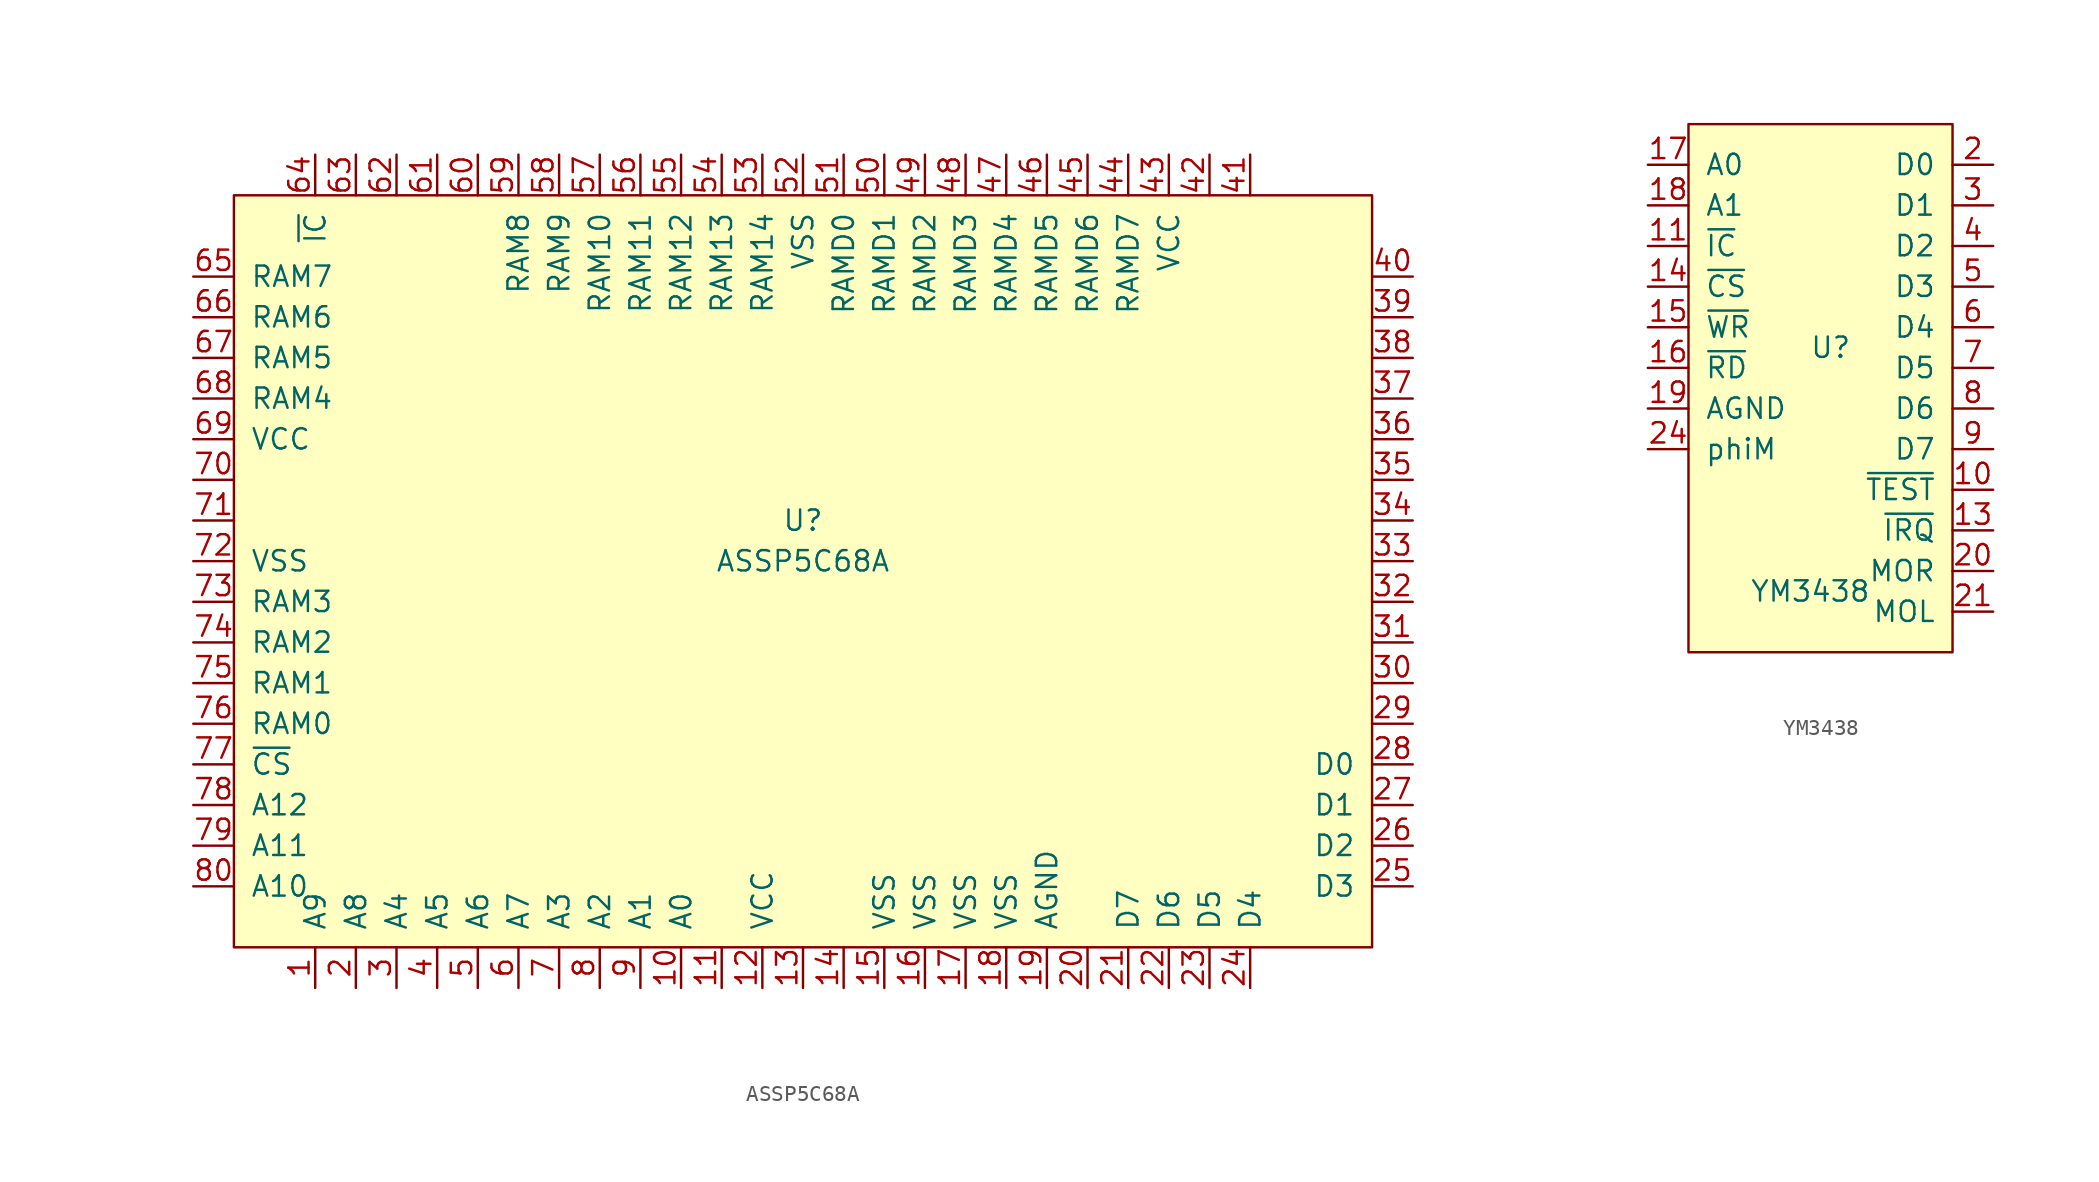
<source format=kicad_sym>
(kicad_symbol_lib
  (version 20211014)
  (generator kicad_symbol_editor)
  (symbol "ASSP5C68A"
    (pin_names
      (offset 1.016))
    (property "Reference" "U"
      (at 1.27 2.54 0)
      (effects (font (size 1.27 1.27))))
    (property "Value" "ASSP5C68A"
      (at 1.27 0 0)
      (effects (font (size 1.27 1.27))))
    (symbol "ASSP5C68A_0_1"
      (rectangle (start 36.83 -24.13) (end -34.29 22.86) (stroke (width 0) (type default) (color 0 0 0 0)) (fill (type background))))
    (symbol "ASSP5C68A_1_1"
      (pin input line (at -29.21 -26.67 90) (length 2.54) (name "A9" (effects (font (size 1.27 1.27)))) (number "1" (effects (font (size 1.27 1.27)))))
      (pin output line (at -6.35 -26.67 90) (length 2.54) (name "A0" (effects (font (size 1.27 1.27)))) (number "10" (effects (font (size 1.27 1.27)))))
      (pin output line (at -3.81 -26.67 90) (length 2.54) (name "~" (effects (font (size 1.27 1.27)))) (number "11" (effects (font (size 1.27 1.27)))))
      (pin power_in line (at -1.27 -26.67 90) (length 2.54) (name "VCC" (effects (font (size 1.27 1.27)))) (number "12" (effects (font (size 1.27 1.27)))))
      (pin input line (at 1.27 -26.67 90) (length 2.54) (name "~" (effects (font (size 1.27 1.27)))) (number "13" (effects (font (size 1.27 1.27)))))
      (pin input line (at 3.81 -26.67 90) (length 2.54) (name "~" (effects (font (size 1.27 1.27)))) (number "14" (effects (font (size 1.27 1.27)))))
      (pin power_in line (at 6.35 -26.67 90) (length 2.54) (name "VSS" (effects (font (size 1.27 1.27)))) (number "15" (effects (font (size 1.27 1.27)))))
      (pin power_in line (at 8.89 -26.67 90) (length 2.54) (name "VSS" (effects (font (size 1.27 1.27)))) (number "16" (effects (font (size 1.27 1.27)))))
      (pin power_in line (at 11.43 -26.67 90) (length 2.54) (name "VSS" (effects (font (size 1.27 1.27)))) (number "17" (effects (font (size 1.27 1.27)))))
      (pin power_in line (at 13.97 -26.67 90) (length 2.54) (name "VSS" (effects (font (size 1.27 1.27)))) (number "18" (effects (font (size 1.27 1.27)))))
      (pin input line (at 16.51 -26.67 90) (length 2.54) (name "AGND" (effects (font (size 1.27 1.27)))) (number "19" (effects (font (size 1.27 1.27)))))
      (pin input line (at -26.67 -26.67 90) (length 2.54) (name "A8" (effects (font (size 1.27 1.27)))) (number "2" (effects (font (size 1.27 1.27)))))
      (pin input line (at 19.05 -26.67 90) (length 2.54) (name "~" (effects (font (size 1.27 1.27)))) (number "20" (effects (font (size 1.27 1.27)))))
      (pin input line (at 21.59 -26.67 90) (length 2.54) (name "D7" (effects (font (size 1.27 1.27)))) (number "21" (effects (font (size 1.27 1.27)))))
      (pin input line (at 24.13 -26.67 90) (length 2.54) (name "D6" (effects (font (size 1.27 1.27)))) (number "22" (effects (font (size 1.27 1.27)))))
      (pin input line (at 26.67 -26.67 90) (length 2.54) (name "D5" (effects (font (size 1.27 1.27)))) (number "23" (effects (font (size 1.27 1.27)))))
      (pin input line (at 29.21 -26.67 90) (length 2.54) (name "D4" (effects (font (size 1.27 1.27)))) (number "24" (effects (font (size 1.27 1.27)))))
      (pin input line (at 39.37 -20.32 180) (length 2.54) (name "D3" (effects (font (size 1.27 1.27)))) (number "25" (effects (font (size 1.27 1.27)))))
      (pin input line (at 39.37 -17.78 180) (length 2.54) (name "D2" (effects (font (size 1.27 1.27)))) (number "26" (effects (font (size 1.27 1.27)))))
      (pin input line (at 39.37 -15.24 180) (length 2.54) (name "D1" (effects (font (size 1.27 1.27)))) (number "27" (effects (font (size 1.27 1.27)))))
      (pin input line (at 39.37 -12.7 180) (length 2.54) (name "D0" (effects (font (size 1.27 1.27)))) (number "28" (effects (font (size 1.27 1.27)))))
      (pin input line (at 39.37 -10.16 180) (length 2.54) (name "~" (effects (font (size 1.27 1.27)))) (number "29" (effects (font (size 1.27 1.27)))))
      (pin input line (at -24.13 -26.67 90) (length 2.54) (name "A4" (effects (font (size 1.27 1.27)))) (number "3" (effects (font (size 1.27 1.27)))))
      (pin input line (at 39.37 -7.62 180) (length 2.54) (name "~" (effects (font (size 1.27 1.27)))) (number "30" (effects (font (size 1.27 1.27)))))
      (pin input line (at 39.37 -5.08 180) (length 2.54) (name "~" (effects (font (size 1.27 1.27)))) (number "31" (effects (font (size 1.27 1.27)))))
      (pin input line (at 39.37 -2.54 180) (length 2.54) (name "~" (effects (font (size 1.27 1.27)))) (number "32" (effects (font (size 1.27 1.27)))))
      (pin input line (at 39.37 0 180) (length 2.54) (name "~" (effects (font (size 1.27 1.27)))) (number "33" (effects (font (size 1.27 1.27)))))
      (pin input line (at 39.37 2.54 180) (length 2.54) (name "~" (effects (font (size 1.27 1.27)))) (number "34" (effects (font (size 1.27 1.27)))))
      (pin input line (at 39.37 5.08 180) (length 2.54) (name "~" (effects (font (size 1.27 1.27)))) (number "35" (effects (font (size 1.27 1.27)))))
      (pin input line (at 39.37 7.62 180) (length 2.54) (name "~" (effects (font (size 1.27 1.27)))) (number "36" (effects (font (size 1.27 1.27)))))
      (pin input line (at 39.37 10.16 180) (length 2.54) (name "~" (effects (font (size 1.27 1.27)))) (number "37" (effects (font (size 1.27 1.27)))))
      (pin input line (at 39.37 12.7 180) (length 2.54) (name "~" (effects (font (size 1.27 1.27)))) (number "38" (effects (font (size 1.27 1.27)))))
      (pin input line (at 39.37 15.24 180) (length 2.54) (name "~" (effects (font (size 1.27 1.27)))) (number "39" (effects (font (size 1.27 1.27)))))
      (pin input line (at -21.59 -26.67 90) (length 2.54) (name "A5" (effects (font (size 1.27 1.27)))) (number "4" (effects (font (size 1.27 1.27)))))
      (pin input line (at 39.37 17.78 180) (length 2.54) (name "~" (effects (font (size 1.27 1.27)))) (number "40" (effects (font (size 1.27 1.27)))))
      (pin output line (at 29.21 25.4 270) (length 2.54) (name "~" (effects (font (size 1.27 1.27)))) (number "41" (effects (font (size 1.27 1.27)))))
      (pin output line (at 26.67 25.4 270) (length 2.54) (name "~" (effects (font (size 1.27 1.27)))) (number "42" (effects (font (size 1.27 1.27)))))
      (pin power_in line (at 24.13 25.4 270) (length 2.54) (name "VCC" (effects (font (size 1.27 1.27)))) (number "43" (effects (font (size 1.27 1.27)))))
      (pin input line (at 21.59 25.4 270) (length 2.54) (name "RAMD7" (effects (font (size 1.27 1.27)))) (number "44" (effects (font (size 1.27 1.27)))))
      (pin input line (at 19.05 25.4 270) (length 2.54) (name "RAMD6" (effects (font (size 1.27 1.27)))) (number "45" (effects (font (size 1.27 1.27)))))
      (pin input line (at 16.51 25.4 270) (length 2.54) (name "RAMD5" (effects (font (size 1.27 1.27)))) (number "46" (effects (font (size 1.27 1.27)))))
      (pin input line (at 13.97 25.4 270) (length 2.54) (name "RAMD4" (effects (font (size 1.27 1.27)))) (number "47" (effects (font (size 1.27 1.27)))))
      (pin input line (at 11.43 25.4 270) (length 2.54) (name "RAMD3" (effects (font (size 1.27 1.27)))) (number "48" (effects (font (size 1.27 1.27)))))
      (pin input line (at 8.89 25.4 270) (length 2.54) (name "RAMD2" (effects (font (size 1.27 1.27)))) (number "49" (effects (font (size 1.27 1.27)))))
      (pin input line (at -19.05 -26.67 90) (length 2.54) (name "A6" (effects (font (size 1.27 1.27)))) (number "5" (effects (font (size 1.27 1.27)))))
      (pin input line (at 6.35 25.4 270) (length 2.54) (name "RAMD1" (effects (font (size 1.27 1.27)))) (number "50" (effects (font (size 1.27 1.27)))))
      (pin input line (at 3.81 25.4 270) (length 2.54) (name "RAMD0" (effects (font (size 1.27 1.27)))) (number "51" (effects (font (size 1.27 1.27)))))
      (pin power_in line (at 1.27 25.4 270) (length 2.54) (name "VSS" (effects (font (size 1.27 1.27)))) (number "52" (effects (font (size 1.27 1.27)))))
      (pin output line (at -1.27 25.4 270) (length 2.54) (name "RAM14" (effects (font (size 1.27 1.27)))) (number "53" (effects (font (size 1.27 1.27)))))
      (pin output line (at -3.81 25.4 270) (length 2.54) (name "RAM13" (effects (font (size 1.27 1.27)))) (number "54" (effects (font (size 1.27 1.27)))))
      (pin output line (at -6.35 25.4 270) (length 2.54) (name "RAM12" (effects (font (size 1.27 1.27)))) (number "55" (effects (font (size 1.27 1.27)))))
      (pin output line (at -8.89 25.4 270) (length 2.54) (name "RAM11" (effects (font (size 1.27 1.27)))) (number "56" (effects (font (size 1.27 1.27)))))
      (pin output line (at -11.43 25.4 270) (length 2.54) (name "RAM10" (effects (font (size 1.27 1.27)))) (number "57" (effects (font (size 1.27 1.27)))))
      (pin output line (at -13.97 25.4 270) (length 2.54) (name "RAM9" (effects (font (size 1.27 1.27)))) (number "58" (effects (font (size 1.27 1.27)))))
      (pin output line (at -16.51 25.4 270) (length 2.54) (name "RAM8" (effects (font (size 1.27 1.27)))) (number "59" (effects (font (size 1.27 1.27)))))
      (pin input line (at -16.51 -26.67 90) (length 2.54) (name "A7" (effects (font (size 1.27 1.27)))) (number "6" (effects (font (size 1.27 1.27)))))
      (pin output line (at -19.05 25.4 270) (length 2.54) (name "~" (effects (font (size 1.27 1.27)))) (number "60" (effects (font (size 1.27 1.27)))))
      (pin output line (at -21.59 25.4 270) (length 2.54) (name "~" (effects (font (size 1.27 1.27)))) (number "61" (effects (font (size 1.27 1.27)))))
      (pin output line (at -24.13 25.4 270) (length 2.54) (name "~" (effects (font (size 1.27 1.27)))) (number "62" (effects (font (size 1.27 1.27)))))
      (pin output line (at -26.67 25.4 270) (length 2.54) (name "~" (effects (font (size 1.27 1.27)))) (number "63" (effects (font (size 1.27 1.27)))))
      (pin output line (at -29.21 25.4 270) (length 2.54) (name "~{IC}" (effects (font (size 1.27 1.27)))) (number "64" (effects (font (size 1.27 1.27)))))
      (pin output line (at -36.83 17.78 0) (length 2.54) (name "RAM7" (effects (font (size 1.27 1.27)))) (number "65" (effects (font (size 1.27 1.27)))))
      (pin output line (at -36.83 15.24 0) (length 2.54) (name "RAM6" (effects (font (size 1.27 1.27)))) (number "66" (effects (font (size 1.27 1.27)))))
      (pin output line (at -36.83 12.7 0) (length 2.54) (name "RAM5" (effects (font (size 1.27 1.27)))) (number "67" (effects (font (size 1.27 1.27)))))
      (pin output line (at -36.83 10.16 0) (length 2.54) (name "RAM4" (effects (font (size 1.27 1.27)))) (number "68" (effects (font (size 1.27 1.27)))))
      (pin power_in line (at -36.83 7.62 0) (length 2.54) (name "VCC" (effects (font (size 1.27 1.27)))) (number "69" (effects (font (size 1.27 1.27)))))
      (pin input line (at -13.97 -26.67 90) (length 2.54) (name "A3" (effects (font (size 1.27 1.27)))) (number "7" (effects (font (size 1.27 1.27)))))
      (pin input line (at -36.83 5.08 0) (length 2.54) (name "~" (effects (font (size 1.27 1.27)))) (number "70" (effects (font (size 1.27 1.27)))))
      (pin output line (at -36.83 2.54 0) (length 2.54) (name "~" (effects (font (size 1.27 1.27)))) (number "71" (effects (font (size 1.27 1.27)))))
      (pin power_in line (at -36.83 0 0) (length 2.54) (name "VSS" (effects (font (size 1.27 1.27)))) (number "72" (effects (font (size 1.27 1.27)))))
      (pin output line (at -36.83 -2.54 0) (length 2.54) (name "RAM3" (effects (font (size 1.27 1.27)))) (number "73" (effects (font (size 1.27 1.27)))))
      (pin output line (at -36.83 -5.08 0) (length 2.54) (name "RAM2" (effects (font (size 1.27 1.27)))) (number "74" (effects (font (size 1.27 1.27)))))
      (pin output line (at -36.83 -7.62 0) (length 2.54) (name "RAM1" (effects (font (size 1.27 1.27)))) (number "75" (effects (font (size 1.27 1.27)))))
      (pin output line (at -36.83 -10.16 0) (length 2.54) (name "RAM0" (effects (font (size 1.27 1.27)))) (number "76" (effects (font (size 1.27 1.27)))))
      (pin output line (at -36.83 -12.7 0) (length 2.54) (name "~{CS}" (effects (font (size 1.27 1.27)))) (number "77" (effects (font (size 1.27 1.27)))))
      (pin output line (at -36.83 -15.24 0) (length 2.54) (name "A12" (effects (font (size 1.27 1.27)))) (number "78" (effects (font (size 1.27 1.27)))))
      (pin output line (at -36.83 -17.78 0) (length 2.54) (name "A11" (effects (font (size 1.27 1.27)))) (number "79" (effects (font (size 1.27 1.27)))))
      (pin output line (at -11.43 -26.67 90) (length 2.54) (name "A2" (effects (font (size 1.27 1.27)))) (number "8" (effects (font (size 1.27 1.27)))))
      (pin output line (at -36.83 -20.32 0) (length 2.54) (name "A10" (effects (font (size 1.27 1.27)))) (number "80" (effects (font (size 1.27 1.27)))))
      (pin output line (at -8.89 -26.67 90) (length 2.54) (name "A1" (effects (font (size 1.27 1.27)))) (number "9" (effects (font (size 1.27 1.27)))))))
  (symbol "YM3438"
    (pin_names
      (offset 1.016))
    (property "Reference" "U"
      (at 1.27 15.24 0)
      (effects (font (size 1.27 1.27))))
    (property "Value" "YM3438"
      (at 0 0 0)
      (effects (font (size 1.27 1.27))))
    (symbol "YM3438_0_1"
      (rectangle (start -7.62 29.21) (end 8.89 -3.81) (stroke (width 0) (type default) (color 0 0 0 0)) (fill (type background))))
    (symbol "YM3438_1_1"
      (pin power_in line (at -1.27 -3.81 90) (length 2.54) hide (name "VSS" (effects (font (size 1.27 1.27)))) (number "1" (effects (font (size 1.27 1.27)))))
      (pin tri_state line (at 11.43 6.35 180) (length 2.54) (name "~{TEST}" (effects (font (size 1.27 1.27)))) (number "10" (effects (font (size 1.27 1.27)))))
      (pin input line (at -10.16 21.59 0) (length 2.54) (name "~{IC}" (effects (font (size 1.27 1.27)))) (number "11" (effects (font (size 1.27 1.27)))))
      (pin power_in line (at 2.54 -3.81 90) (length 2.54) hide (name "VSS" (effects (font (size 1.27 1.27)))) (number "12" (effects (font (size 1.27 1.27)))))
      (pin output line (at 11.43 3.81 180) (length 2.54) (name "~{IRQ}" (effects (font (size 1.27 1.27)))) (number "13" (effects (font (size 1.27 1.27)))))
      (pin input line (at -10.16 19.05 0) (length 2.54) (name "~{CS}" (effects (font (size 1.27 1.27)))) (number "14" (effects (font (size 1.27 1.27)))))
      (pin input line (at -10.16 16.51 0) (length 2.54) (name "~{WR}" (effects (font (size 1.27 1.27)))) (number "15" (effects (font (size 1.27 1.27)))))
      (pin input line (at -10.16 13.97 0) (length 2.54) (name "~{RD}" (effects (font (size 1.27 1.27)))) (number "16" (effects (font (size 1.27 1.27)))))
      (pin input line (at -10.16 26.67 0) (length 2.54) (name "A0" (effects (font (size 1.27 1.27)))) (number "17" (effects (font (size 1.27 1.27)))))
      (pin input line (at -10.16 24.13 0) (length 2.54) (name "A1" (effects (font (size 1.27 1.27)))) (number "18" (effects (font (size 1.27 1.27)))))
      (pin input line (at -10.16 11.43 0) (length 2.54) (name "AGND" (effects (font (size 1.27 1.27)))) (number "19" (effects (font (size 1.27 1.27)))))
      (pin tri_state line (at 11.43 26.67 180) (length 2.54) (name "D0" (effects (font (size 1.27 1.27)))) (number "2" (effects (font (size 1.27 1.27)))))
      (pin output line (at 11.43 1.27 180) (length 2.54) (name "MOR" (effects (font (size 1.27 1.27)))) (number "20" (effects (font (size 1.27 1.27)))))
      (pin output line (at 11.43 -1.27 180) (length 2.54) (name "MOL" (effects (font (size 1.27 1.27)))) (number "21" (effects (font (size 1.27 1.27)))))
      (pin power_in line (at 2.54 29.21 270) (length 2.54) hide (name "AVCC" (effects (font (size 1.27 1.27)))) (number "22" (effects (font (size 1.27 1.27)))))
      (pin power_in line (at -1.27 29.21 270) (length 2.54) hide (name "VCC" (effects (font (size 1.27 1.27)))) (number "23" (effects (font (size 1.27 1.27)))))
      (pin input line (at -10.16 8.89 0) (length 2.54) (name "phiM" (effects (font (size 1.27 1.27)))) (number "24" (effects (font (size 1.27 1.27)))))
      (pin tri_state line (at 11.43 24.13 180) (length 2.54) (name "D1" (effects (font (size 1.27 1.27)))) (number "3" (effects (font (size 1.27 1.27)))))
      (pin tri_state line (at 11.43 21.59 180) (length 2.54) (name "D2" (effects (font (size 1.27 1.27)))) (number "4" (effects (font (size 1.27 1.27)))))
      (pin tri_state line (at 11.43 19.05 180) (length 2.54) (name "D3" (effects (font (size 1.27 1.27)))) (number "5" (effects (font (size 1.27 1.27)))))
      (pin tri_state line (at 11.43 16.51 180) (length 2.54) (name "D4" (effects (font (size 1.27 1.27)))) (number "6" (effects (font (size 1.27 1.27)))))
      (pin tri_state line (at 11.43 13.97 180) (length 2.54) (name "D5" (effects (font (size 1.27 1.27)))) (number "7" (effects (font (size 1.27 1.27)))))
      (pin tri_state line (at 11.43 11.43 180) (length 2.54) (name "D6" (effects (font (size 1.27 1.27)))) (number "8" (effects (font (size 1.27 1.27)))))
      (pin tri_state line (at 11.43 8.89 180) (length 2.54) (name "D7" (effects (font (size 1.27 1.27)))) (number "9" (effects (font (size 1.27 1.27))))))))
</source>
